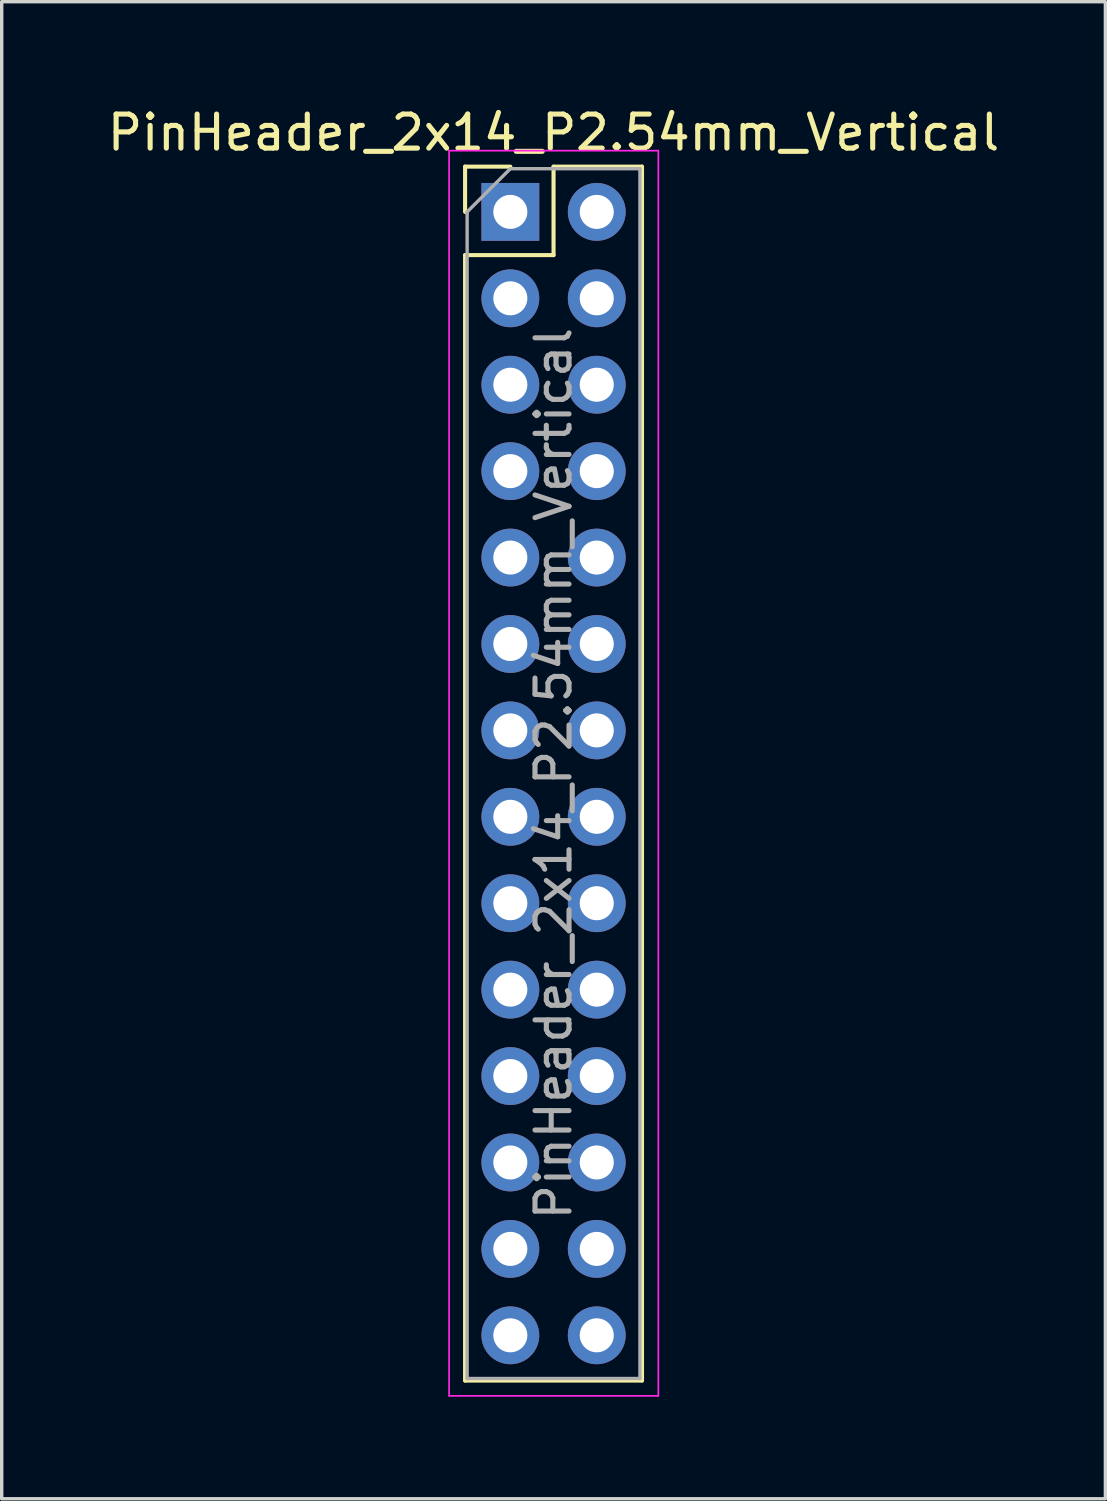
<source format=kicad_pcb>
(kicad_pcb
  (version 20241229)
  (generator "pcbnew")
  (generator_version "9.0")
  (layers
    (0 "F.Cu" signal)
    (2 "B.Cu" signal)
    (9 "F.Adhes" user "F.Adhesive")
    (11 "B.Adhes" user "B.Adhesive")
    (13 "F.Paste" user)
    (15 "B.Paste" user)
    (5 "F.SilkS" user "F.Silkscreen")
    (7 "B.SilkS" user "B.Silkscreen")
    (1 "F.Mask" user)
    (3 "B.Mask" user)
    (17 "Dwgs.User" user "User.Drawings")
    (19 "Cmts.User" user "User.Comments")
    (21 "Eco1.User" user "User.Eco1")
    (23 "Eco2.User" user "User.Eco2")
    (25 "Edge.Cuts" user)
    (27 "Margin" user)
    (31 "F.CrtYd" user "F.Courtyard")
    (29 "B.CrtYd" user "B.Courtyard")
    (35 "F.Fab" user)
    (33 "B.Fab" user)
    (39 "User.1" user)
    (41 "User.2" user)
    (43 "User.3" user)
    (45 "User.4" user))
  (footprint "PinHeader_2x14_P2.54mm_Vertical"
    (layer "F.Cu")
    (at 11.95 3.178)
    (property "Reference" "PinHeader_2x14_P2.54mm_Vertical" (at 1.27 -2.33 180) (layer "F.SilkS") (effects (font (size 1 1) (thickness 0.15))))
    (attr through_hole)
    (fp_line (start -1.33 -1.33) (end 0 -1.33) (stroke (width 0.12) (type solid)) (layer "F.SilkS"))
    (fp_line (start -1.33 0) (end -1.33 -1.33) (stroke (width 0.12) (type solid)) (layer "F.SilkS"))
    (fp_line (start -1.33 1.27) (end -1.33 34.35) (stroke (width 0.12) (type solid)) (layer "F.SilkS"))
    (fp_line (start -1.33 1.27) (end 1.27 1.27) (stroke (width 0.12) (type solid)) (layer "F.SilkS"))
    (fp_line (start -1.33 34.35) (end 3.87 34.35) (stroke (width 0.12) (type solid)) (layer "F.SilkS"))
    (fp_line (start 1.27 -1.33) (end 3.87 -1.33) (stroke (width 0.12) (type solid)) (layer "F.SilkS"))
    (fp_line (start 1.27 1.27) (end 1.27 -1.33) (stroke (width 0.12) (type solid)) (layer "F.SilkS"))
    (fp_line (start 3.87 -1.33) (end 3.87 34.35) (stroke (width 0.12) (type solid)) (layer "F.SilkS"))
    (fp_line (start -1.8 -1.8) (end -1.8 34.8) (stroke (width 0.05) (type solid)) (layer "F.CrtYd"))
    (fp_line (start -1.8 34.8) (end 4.35 34.8) (stroke (width 0.05) (type solid)) (layer "F.CrtYd"))
    (fp_line (start 4.35 -1.8) (end -1.8 -1.8) (stroke (width 0.05) (type solid)) (layer "F.CrtYd"))
    (fp_line (start 4.35 34.8) (end 4.35 -1.8) (stroke (width 0.05) (type solid)) (layer "F.CrtYd"))
    (fp_line (start -1.27 0) (end 0 -1.27) (stroke (width 0.1) (type solid)) (layer "F.Fab"))
    (fp_line (start -1.27 34.29) (end -1.27 0) (stroke (width 0.1) (type solid)) (layer "F.Fab"))
    (fp_line (start 0 -1.27) (end 3.81 -1.27) (stroke (width 0.1) (type solid)) (layer "F.Fab"))
    (fp_line (start 3.81 -1.27) (end 3.81 34.29) (stroke (width 0.1) (type solid)) (layer "F.Fab"))
    (fp_line (start 3.81 34.29) (end -1.27 34.29) (stroke (width 0.1) (type solid)) (layer "F.Fab"))
    (fp_text user "${REFERENCE}" (at 1.27 16.51 270) (layer "F.Fab") (effects (font (size 1 1) (thickness 0.15))))
    (pad "1" thru_hole rect (at 0 0) (size 1.7 1.7) (drill 1) (layers "*.Cu" "*.Mask"))
    (pad "2" thru_hole oval (at 0 2.54) (size 1.7 1.7) (drill 1) (layers "*.Cu" "*.Mask"))
    (pad "3" thru_hole oval (at 0 5.08) (size 1.7 1.7) (drill 1) (layers "*.Cu" "*.Mask"))
    (pad "4" thru_hole oval (at 0 7.62) (size 1.7 1.7) (drill 1) (layers "*.Cu" "*.Mask"))
    (pad "5" thru_hole oval (at 0 10.16) (size 1.7 1.7) (drill 1) (layers "*.Cu" "*.Mask"))
    (pad "6" thru_hole oval (at 0 12.7) (size 1.7 1.7) (drill 1) (layers "*.Cu" "*.Mask"))
    (pad "7" thru_hole oval (at 0 15.24) (size 1.7 1.7) (drill 1) (layers "*.Cu" "*.Mask"))
    (pad "8" thru_hole oval (at 0 17.78) (size 1.7 1.7) (drill 1) (layers "*.Cu" "*.Mask"))
    (pad "9" thru_hole oval (at 0 20.32) (size 1.7 1.7) (drill 1) (layers "*.Cu" "*.Mask"))
    (pad "10" thru_hole oval (at 0 22.86) (size 1.7 1.7) (drill 1) (layers "*.Cu" "*.Mask"))
    (pad "11" thru_hole oval (at 0 25.4) (size 1.7 1.7) (drill 1) (layers "*.Cu" "*.Mask"))
    (pad "12" thru_hole oval (at 0 27.94) (size 1.7 1.7) (drill 1) (layers "*.Cu" "*.Mask"))
    (pad "13" thru_hole oval (at 0 30.48) (size 1.7 1.7) (drill 1) (layers "*.Cu" "*.Mask"))
    (pad "14" thru_hole oval (at 0 33.02) (size 1.7 1.7) (drill 1) (layers "*.Cu" "*.Mask"))
    (pad "15" thru_hole oval (at 2.54 33.02) (size 1.7 1.7) (drill 1) (layers "*.Cu" "*.Mask"))
    (pad "16" thru_hole oval (at 2.54 30.48) (size 1.7 1.7) (drill 1) (layers "*.Cu" "*.Mask"))
    (pad "17" thru_hole oval (at 2.54 27.94) (size 1.7 1.7) (drill 1) (layers "*.Cu" "*.Mask"))
    (pad "18" thru_hole oval (at 2.54 25.4) (size 1.7 1.7) (drill 1) (layers "*.Cu" "*.Mask"))
    (pad "19" thru_hole oval (at 2.54 22.86) (size 1.7 1.7) (drill 1) (layers "*.Cu" "*.Mask"))
    (pad "20" thru_hole oval (at 2.54 20.32) (size 1.7 1.7) (drill 1) (layers "*.Cu" "*.Mask"))
    (pad "21" thru_hole oval (at 2.54 17.78) (size 1.7 1.7) (drill 1) (layers "*.Cu" "*.Mask"))
    (pad "22" thru_hole oval (at 2.54 15.24) (size 1.7 1.7) (drill 1) (layers "*.Cu" "*.Mask"))
    (pad "23" thru_hole oval (at 2.54 12.7) (size 1.7 1.7) (drill 1) (layers "*.Cu" "*.Mask"))
    (pad "24" thru_hole oval (at 2.54 10.16) (size 1.7 1.7) (drill 1) (layers "*.Cu" "*.Mask"))
    (pad "25" thru_hole oval (at 2.54 7.62) (size 1.7 1.7) (drill 1) (layers "*.Cu" "*.Mask"))
    (pad "26" thru_hole oval (at 2.54 5.08) (size 1.7 1.7) (drill 1) (layers "*.Cu" "*.Mask"))
    (pad "27" thru_hole oval (at 2.54 2.54) (size 1.7 1.7) (drill 1) (layers "*.Cu" "*.Mask"))
    (pad "28" thru_hole oval (at 2.54 0) (size 1.7 1.7) (drill 1) (layers "*.Cu" "*.Mask")))
  (gr_rect
    (start -3 -3)
    (end 29.44 41.003)
    (stroke (width 0.1) (type default))
    (fill no)
    (layer "Edge.Cuts")))
</source>
